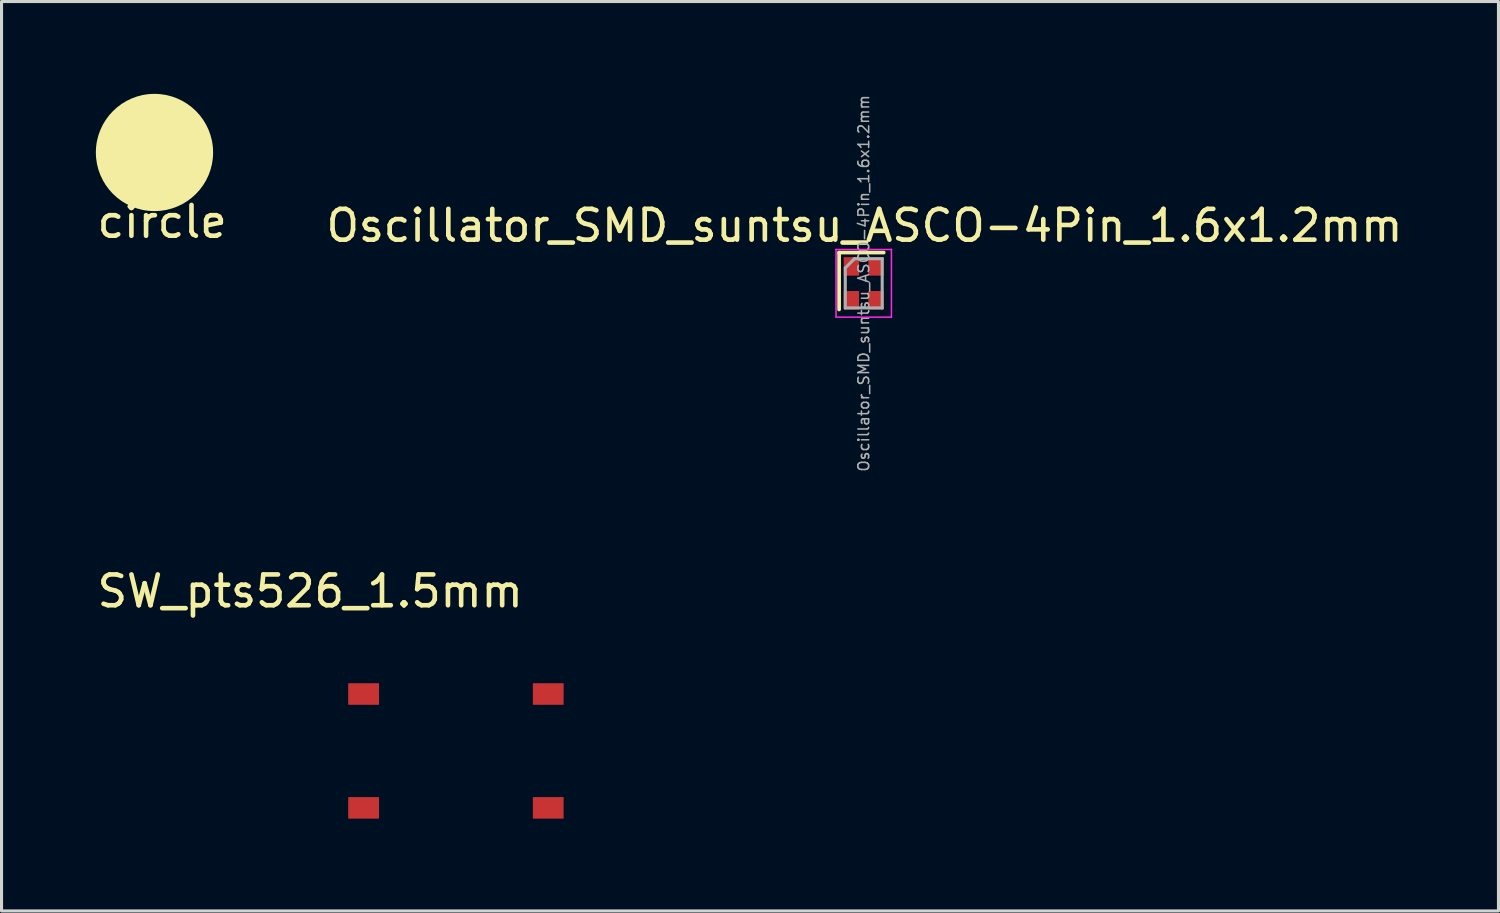
<source format=kicad_pcb>
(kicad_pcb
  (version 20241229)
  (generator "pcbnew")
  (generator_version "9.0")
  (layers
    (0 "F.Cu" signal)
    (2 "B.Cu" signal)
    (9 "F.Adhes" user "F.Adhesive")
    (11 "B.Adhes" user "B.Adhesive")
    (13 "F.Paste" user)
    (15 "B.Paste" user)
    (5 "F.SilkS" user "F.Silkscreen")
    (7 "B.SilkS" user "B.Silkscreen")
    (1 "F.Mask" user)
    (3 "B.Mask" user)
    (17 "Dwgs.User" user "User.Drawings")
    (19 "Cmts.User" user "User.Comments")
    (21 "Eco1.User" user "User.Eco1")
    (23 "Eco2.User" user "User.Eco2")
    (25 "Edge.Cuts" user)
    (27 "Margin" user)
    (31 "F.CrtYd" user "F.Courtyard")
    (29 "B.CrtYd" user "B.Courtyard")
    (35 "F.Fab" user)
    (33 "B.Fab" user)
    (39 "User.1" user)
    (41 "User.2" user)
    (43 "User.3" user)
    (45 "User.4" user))
  (footprint "circle"
    (layer "F.Cu")
    (at 2.22 3.655)
    (property "Reference" "circle" (at 0 0.5 0) (layer "F.SilkS") (effects (font (size 1 1) (thickness 0.15))))
    (attr through_hole)
    (pad "" smd circle (at -0.25 -1.75) (size 3.81 3.81) (layers "F.SilkS")))
  (footprint "SW_pts526_1.5mm"
    (layer "F.Cu")
    (at 8.765 19.502)
    (property "Reference" "SW_pts526_1.5mm" (at -1.735 -3.34 0) (layer "F.SilkS") (effects (font (size 1 1) (thickness 0.15))))
    (attr through_hole)
    (pad "1" smd rect (at 0 0) (size 1 0.7) (layers "F.Cu" "F.Mask" "F.Paste"))
    (pad "1" smd rect (at 6 0) (size 1 0.7) (layers "F.Cu" "F.Mask" "F.Paste"))
    (pad "2" smd rect (at 0 3.7) (size 1 0.7) (layers "F.Cu" "F.Mask" "F.Paste"))
    (pad "2" smd rect (at 6 3.7) (size 1 0.7) (layers "F.Cu" "F.Mask" "F.Paste")))
  (footprint "Oscillator_SMD_suntsu_ASCO-4Pin_1.6x1.2mm"
    (layer "F.Cu")
    (at 25.017 6.157)
    (property "Reference" "Oscillator_SMD_suntsu_ASCO-4Pin_1.6x1.2mm" (at 0.025 -1.875 0) (layer "F.SilkS") (effects (font (size 1 1) (thickness 0.15))))
    (attr smd)
    (fp_line (start -0.8 -1) (end -0.8 0.85) (stroke (width 0.12) (type solid)) (layer "F.SilkS"))
    (fp_line (start 0.65 -1) (end -0.8 -1) (stroke (width 0.12) (type solid)) (layer "F.SilkS"))
    (fp_line (start -0.9 -1.1) (end -0.9 1.1) (stroke (width 0.05) (type solid)) (layer "F.CrtYd"))
    (fp_line (start -0.9 1.1) (end 0.9 1.1) (stroke (width 0.05) (type solid)) (layer "F.CrtYd"))
    (fp_line (start 0.9 -1.1) (end -0.9 -1.1) (stroke (width 0.05) (type solid)) (layer "F.CrtYd"))
    (fp_line (start 0.9 1.1) (end 0.9 -1.1) (stroke (width 0.05) (type solid)) (layer "F.CrtYd"))
    (fp_line (start -0.6 0.8) (end -0.6 -0.5) (stroke (width 0.1) (type solid)) (layer "F.Fab"))
    (fp_line (start -0.3 -0.8) (end -0.6 -0.5) (stroke (width 0.1) (type solid)) (layer "F.Fab"))
    (fp_line (start -0.3 -0.8) (end 0.6 -0.8) (stroke (width 0.1) (type solid)) (layer "F.Fab"))
    (fp_line (start 0.6 -0.8) (end 0.6 0.8) (stroke (width 0.1) (type solid)) (layer "F.Fab"))
    (fp_line (start 0.6 0.8) (end -0.6 0.8) (stroke (width 0.1) (type solid)) (layer "F.Fab"))
    (fp_text user "${REFERENCE}" (at 0 0 270) (layer "F.Fab") (effects (font (size 0.35 0.35) (thickness 0.05))))
    (pad "1" smd rect (at 0.4 -0.55) (size 0.5 0.6) (layers "F.Cu" "F.Mask" "F.Paste"))
    (pad "2" smd rect (at 0.4 0.55) (size 0.5 0.6) (layers "F.Cu" "F.Mask" "F.Paste"))
    (pad "3" smd rect (at -0.4 0.55) (size 0.5 0.6) (layers "F.Cu" "F.Mask" "F.Paste"))
    (pad "4" smd rect (at -0.4 -0.55) (size 0.5 0.6) (layers "F.Cu" "F.Mask" "F.Paste")))
  (gr_rect
    (start -3 -3)
    (end 45.643 26.552)
    (stroke (width 0.1) (type default))
    (fill no)
    (layer "Edge.Cuts")))
</source>
